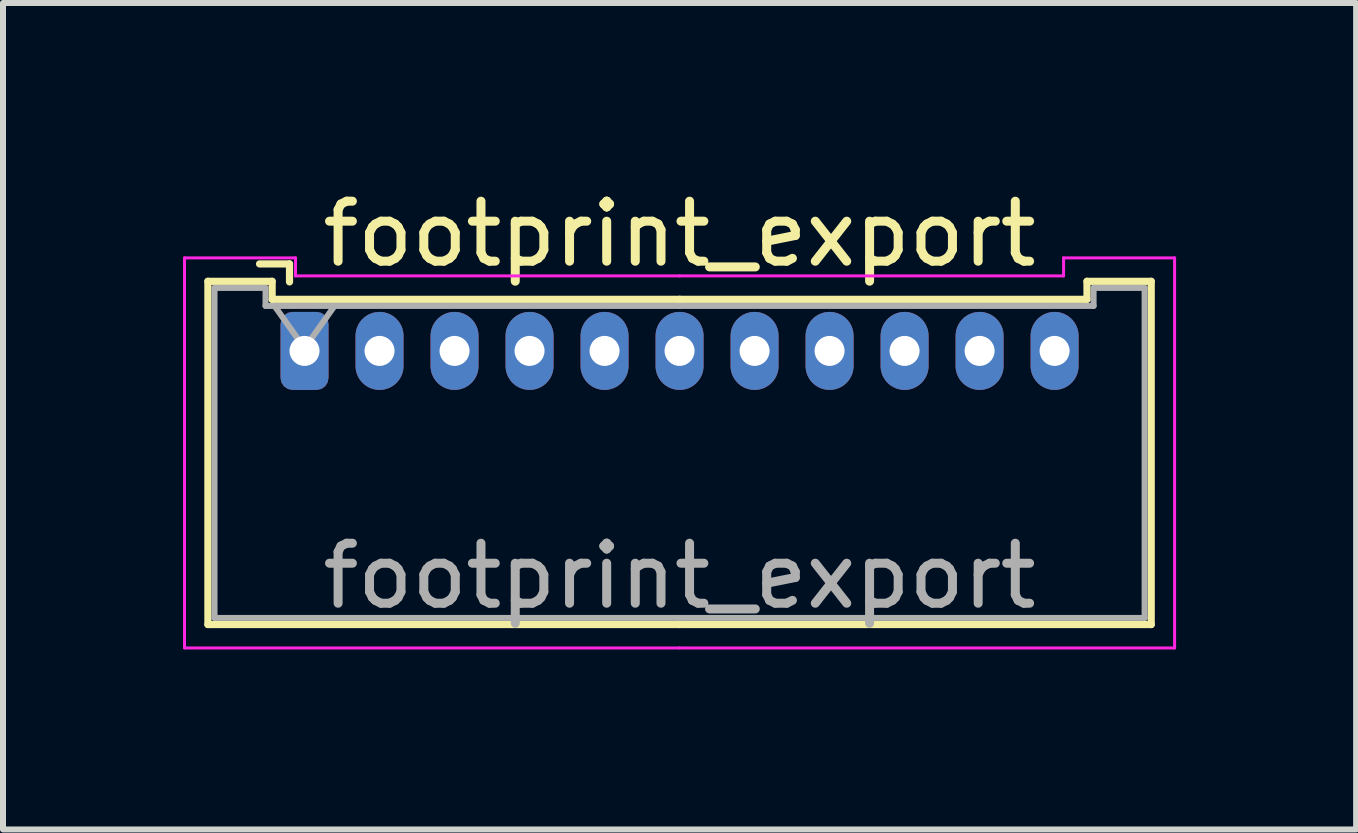
<source format=kicad_pcb>
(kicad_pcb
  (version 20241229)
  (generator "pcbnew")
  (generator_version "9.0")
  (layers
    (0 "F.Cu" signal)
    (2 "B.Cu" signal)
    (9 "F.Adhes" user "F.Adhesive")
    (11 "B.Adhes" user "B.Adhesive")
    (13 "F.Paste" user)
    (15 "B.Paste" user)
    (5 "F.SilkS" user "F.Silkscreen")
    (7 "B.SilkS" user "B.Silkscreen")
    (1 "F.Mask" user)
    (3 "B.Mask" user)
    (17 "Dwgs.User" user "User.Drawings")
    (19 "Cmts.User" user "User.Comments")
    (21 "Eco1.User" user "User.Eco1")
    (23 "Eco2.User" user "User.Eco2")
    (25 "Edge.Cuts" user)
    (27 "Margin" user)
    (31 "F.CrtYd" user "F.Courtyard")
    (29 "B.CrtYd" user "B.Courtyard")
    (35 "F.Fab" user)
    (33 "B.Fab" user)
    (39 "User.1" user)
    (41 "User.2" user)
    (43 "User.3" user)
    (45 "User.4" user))
  (footprint "footprint_export"
    (layer "F.Cu")
    (at 2.025 2.798)
    (property "Reference" "footprint_export" (at 6.25 -1.95 0) (layer "F.SilkS") (effects (font (size 1 1) (thickness 0.15))))
    (attr through_hole)
    (fp_line (start -1.61 -1.16) (end -1.61 4.56) (stroke (width 0.12) (type solid)) (layer "F.SilkS"))
    (fp_line (start -1.61 4.56) (end 6.25 4.56) (stroke (width 0.12) (type solid)) (layer "F.SilkS"))
    (fp_line (start -0.54 -1.16) (end -1.61 -1.16) (stroke (width 0.12) (type solid)) (layer "F.SilkS"))
    (fp_line (start -0.54 -0.86) (end -0.54 -1.16) (stroke (width 0.12) (type solid)) (layer "F.SilkS"))
    (fp_line (start -0.25 -1.45) (end -0.75 -1.45) (stroke (width 0.12) (type solid)) (layer "F.SilkS"))
    (fp_line (start -0.25 -1.15) (end -0.25 -1.45) (stroke (width 0.12) (type solid)) (layer "F.SilkS"))
    (fp_line (start 6.25 -0.86) (end -0.54 -0.86) (stroke (width 0.12) (type solid)) (layer "F.SilkS"))
    (fp_line (start 6.25 -0.86) (end 13.04 -0.86) (stroke (width 0.12) (type solid)) (layer "F.SilkS"))
    (fp_line (start 13.04 -1.16) (end 14.11 -1.16) (stroke (width 0.12) (type solid)) (layer "F.SilkS"))
    (fp_line (start 13.04 -0.86) (end 13.04 -1.16) (stroke (width 0.12) (type solid)) (layer "F.SilkS"))
    (fp_line (start 14.11 -1.16) (end 14.11 4.56) (stroke (width 0.12) (type solid)) (layer "F.SilkS"))
    (fp_line (start 14.11 4.56) (end 6.25 4.56) (stroke (width 0.12) (type solid)) (layer "F.SilkS"))
    (fp_line (start -2 -1.55) (end -2 4.95) (stroke (width 0.05) (type solid)) (layer "F.CrtYd"))
    (fp_line (start -2 4.95) (end 6.25 4.95) (stroke (width 0.05) (type solid)) (layer "F.CrtYd"))
    (fp_line (start -0.15 -1.55) (end -2 -1.55) (stroke (width 0.05) (type solid)) (layer "F.CrtYd"))
    (fp_line (start -0.15 -1.25) (end -0.15 -1.55) (stroke (width 0.05) (type solid)) (layer "F.CrtYd"))
    (fp_line (start 6.25 -1.25) (end -0.15 -1.25) (stroke (width 0.05) (type solid)) (layer "F.CrtYd"))
    (fp_line (start 6.25 -1.25) (end 12.65 -1.25) (stroke (width 0.05) (type solid)) (layer "F.CrtYd"))
    (fp_line (start 12.65 -1.55) (end 14.5 -1.55) (stroke (width 0.05) (type solid)) (layer "F.CrtYd"))
    (fp_line (start 12.65 -1.25) (end 12.65 -1.55) (stroke (width 0.05) (type solid)) (layer "F.CrtYd"))
    (fp_line (start 14.5 -1.55) (end 14.5 4.95) (stroke (width 0.05) (type solid)) (layer "F.CrtYd"))
    (fp_line (start 14.5 4.95) (end 6.25 4.95) (stroke (width 0.05) (type solid)) (layer "F.CrtYd"))
    (fp_line (start -1.5 -1.05) (end -1.5 4.45) (stroke (width 0.1) (type solid)) (layer "F.Fab"))
    (fp_line (start -1.5 4.45) (end 6.25 4.45) (stroke (width 0.1) (type solid)) (layer "F.Fab"))
    (fp_line (start -0.65 -1.05) (end -1.5 -1.05) (stroke (width 0.1) (type solid)) (layer "F.Fab"))
    (fp_line (start -0.65 -0.75) (end -0.65 -1.05) (stroke (width 0.1) (type solid)) (layer "F.Fab"))
    (fp_line (start -0.5 -0.75) (end 0 -0.043) (stroke (width 0.1) (type solid)) (layer "F.Fab"))
    (fp_line (start 0 -0.043) (end 0.5 -0.75) (stroke (width 0.1) (type solid)) (layer "F.Fab"))
    (fp_line (start 6.25 -0.75) (end -0.65 -0.75) (stroke (width 0.1) (type solid)) (layer "F.Fab"))
    (fp_line (start 6.25 -0.75) (end 13.15 -0.75) (stroke (width 0.1) (type solid)) (layer "F.Fab"))
    (fp_line (start 13.15 -1.05) (end 14 -1.05) (stroke (width 0.1) (type solid)) (layer "F.Fab"))
    (fp_line (start 13.15 -0.75) (end 13.15 -1.05) (stroke (width 0.1) (type solid)) (layer "F.Fab"))
    (fp_line (start 14 -1.05) (end 14 4.45) (stroke (width 0.1) (type solid)) (layer "F.Fab"))
    (fp_line (start 14 4.45) (end 6.25 4.45) (stroke (width 0.1) (type solid)) (layer "F.Fab"))
    (fp_text user "${REFERENCE}" (at 6.25 3.75 0) (layer "F.Fab") (effects (font (size 1 1) (thickness 0.15))))
    (pad "1" thru_hole roundrect (at 0 0) (size 0.8 1.3) (drill 0.5) (layers "*.Cu" "*.Mask") (roundrect_rratio 0.25))
    (pad "2" thru_hole oval (at 1.25 0) (size 0.8 1.3) (drill 0.5) (layers "*.Cu" "*.Mask"))
    (pad "3" thru_hole oval (at 2.5 0) (size 0.8 1.3) (drill 0.5) (layers "*.Cu" "*.Mask"))
    (pad "4" thru_hole oval (at 3.75 0) (size 0.8 1.3) (drill 0.5) (layers "*.Cu" "*.Mask"))
    (pad "5" thru_hole oval (at 5 0) (size 0.8 1.3) (drill 0.5) (layers "*.Cu" "*.Mask"))
    (pad "6" thru_hole oval (at 6.25 0) (size 0.8 1.3) (drill 0.5) (layers "*.Cu" "*.Mask"))
    (pad "7" thru_hole oval (at 7.5 0) (size 0.8 1.3) (drill 0.5) (layers "*.Cu" "*.Mask"))
    (pad "8" thru_hole oval (at 8.75 0) (size 0.8 1.3) (drill 0.5) (layers "*.Cu" "*.Mask"))
    (pad "9" thru_hole oval (at 10 0) (size 0.8 1.3) (drill 0.5) (layers "*.Cu" "*.Mask"))
    (pad "10" thru_hole oval (at 11.25 0) (size 0.8 1.3) (drill 0.5) (layers "*.Cu" "*.Mask"))
    (pad "11" thru_hole oval (at 12.5 0) (size 0.8 1.3) (drill 0.5) (layers "*.Cu" "*.Mask")))
  (gr_rect
    (start -3 -3)
    (end 19.55 10.773)
    (stroke (width 0.1) (type default))
    (fill no)
    (layer "Edge.Cuts")))
</source>
